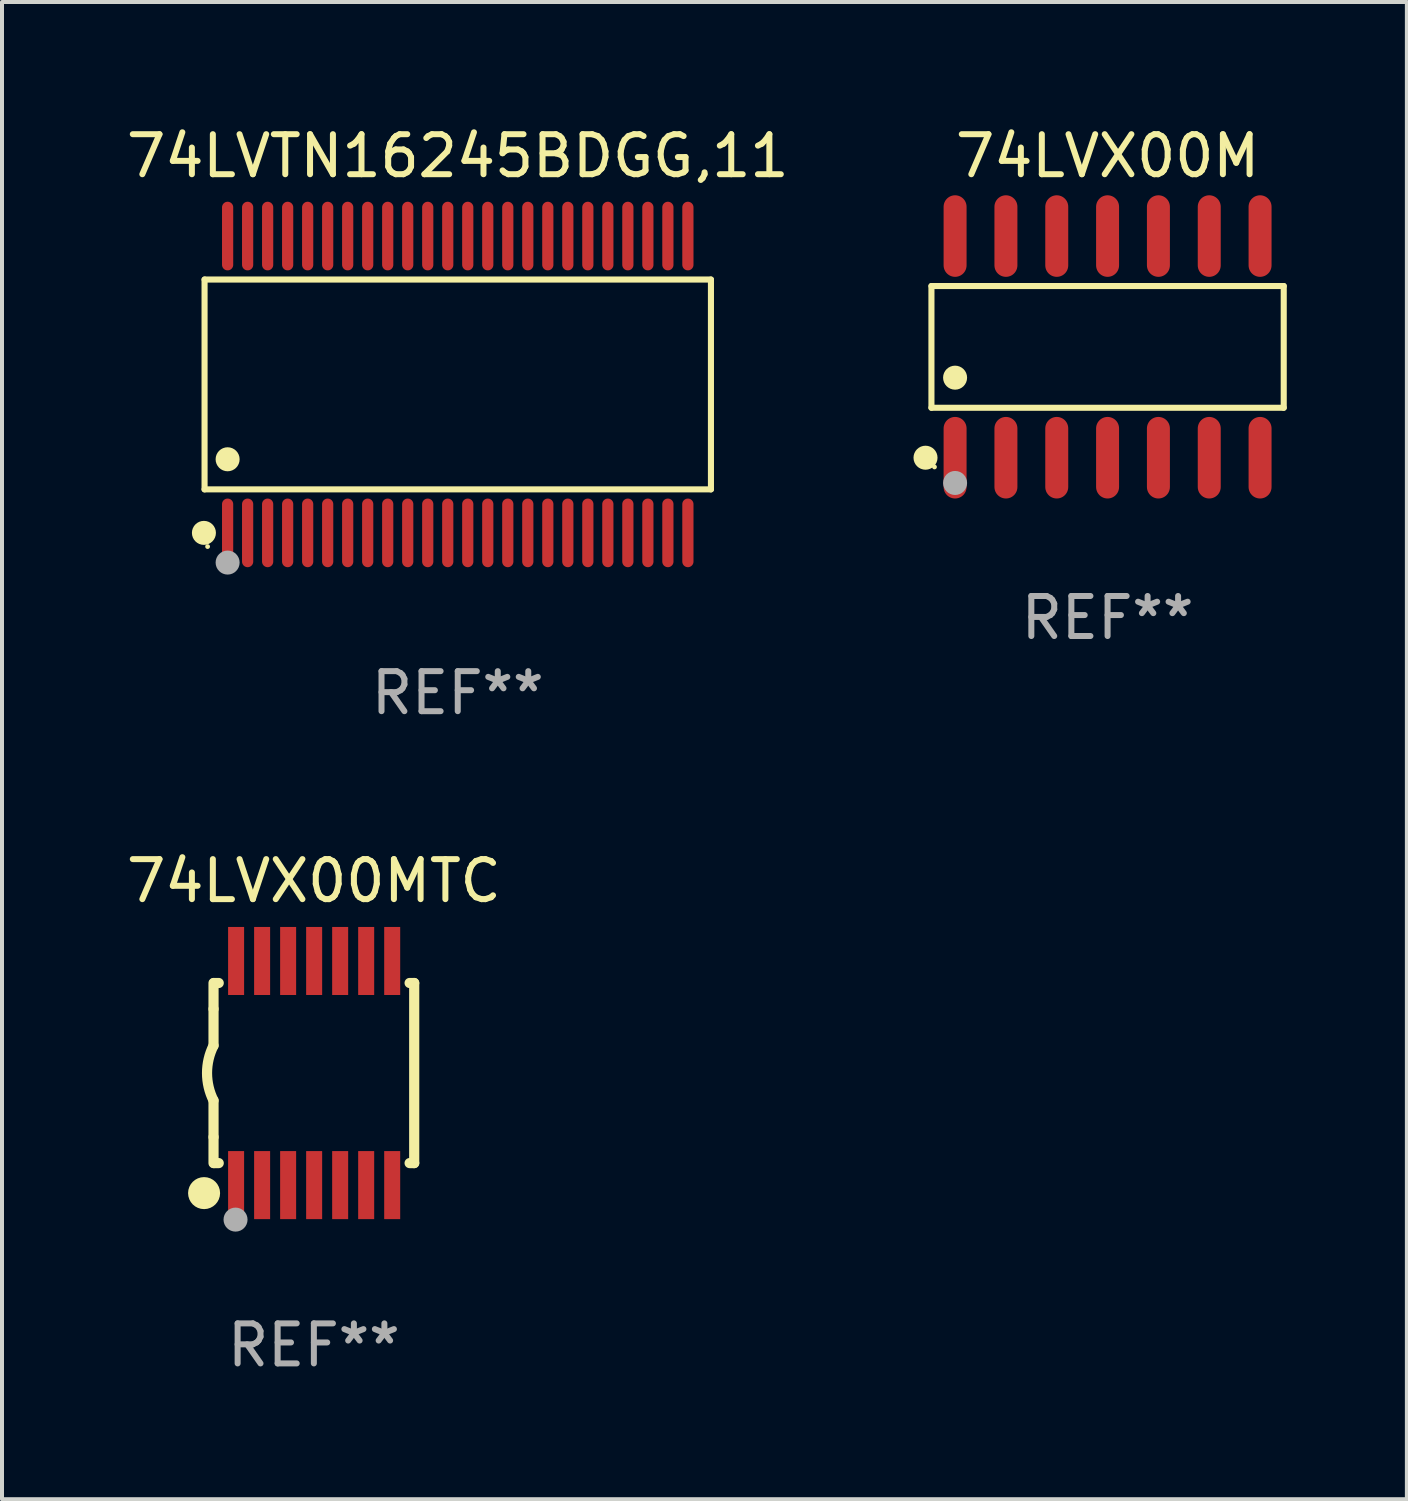
<source format=kicad_pcb>
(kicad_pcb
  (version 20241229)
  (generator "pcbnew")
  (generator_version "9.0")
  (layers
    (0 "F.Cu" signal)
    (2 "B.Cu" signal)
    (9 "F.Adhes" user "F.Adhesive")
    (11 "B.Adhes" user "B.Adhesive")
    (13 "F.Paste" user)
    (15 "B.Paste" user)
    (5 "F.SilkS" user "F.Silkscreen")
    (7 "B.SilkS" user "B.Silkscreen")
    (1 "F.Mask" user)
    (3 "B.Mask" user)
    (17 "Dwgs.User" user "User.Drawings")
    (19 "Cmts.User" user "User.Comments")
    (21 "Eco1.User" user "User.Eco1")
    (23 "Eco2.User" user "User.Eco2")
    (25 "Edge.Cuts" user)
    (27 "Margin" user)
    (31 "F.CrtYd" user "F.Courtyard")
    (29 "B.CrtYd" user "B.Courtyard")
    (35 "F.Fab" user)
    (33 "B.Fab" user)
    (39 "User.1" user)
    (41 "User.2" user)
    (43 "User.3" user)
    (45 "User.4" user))
  (footprint "74LVTN16245BDGG,11"
    (layer "F.Cu")
    (at 8.387 6.556)
    (property "Reference" "74LVTN16245BDGG,11" (at 0 -5.708 0) (layer "F.SilkS") (effects (font (size 1 1) (thickness 0.15))))
    (attr through_hole)
    (fp_line (start -6.326 -2.622) (end 6.326 -2.622) (stroke (width 0.152) (type solid)) (layer "F.SilkS"))
    (fp_line (start -6.326 2.621) (end -6.326 -2.622) (stroke (width 0.152) (type solid)) (layer "F.SilkS"))
    (fp_line (start 6.326 -2.622) (end 6.326 2.621) (stroke (width 0.152) (type solid)) (layer "F.SilkS"))
    (fp_line (start 6.326 2.621) (end -6.326 2.621) (stroke (width 0.152) (type solid)) (layer "F.SilkS"))
    (fp_circle (center -6.342 3.708) (end -6.192 3.708) (stroke (width 0.3) (type solid)) (fill no) (layer "F.SilkS"))
    (fp_circle (center -6.25 4.05) (end -6.22 4.05) (stroke (width 0.06) (type solid)) (fill no) (layer "F.SilkS"))
    (fp_circle (center -5.75 1.869) (end -5.6 1.869) (stroke (width 0.3) (type solid)) (fill no) (layer "F.SilkS"))
    (fp_circle (center -5.75 4.45) (end -5.6 4.45) (stroke (width 0.3) (type solid)) (fill no) (layer "F.Fab"))
    (fp_text user "REF**" (at 0 7.708 0) (layer "F.Fab") (effects (font (size 1 1) (thickness 0.15))))
    (pad "1" smd oval (at -5.75 3.708) (size 0.28 1.715) (layers "F.Cu" "F.Mask" "F.Paste"))
    (pad "2" smd oval (at -5.25 3.708) (size 0.28 1.715) (layers "F.Cu" "F.Mask" "F.Paste"))
    (pad "3" smd oval (at -4.75 3.708) (size 0.28 1.715) (layers "F.Cu" "F.Mask" "F.Paste"))
    (pad "4" smd oval (at -4.25 3.708) (size 0.28 1.715) (layers "F.Cu" "F.Mask" "F.Paste"))
    (pad "5" smd oval (at -3.75 3.708) (size 0.28 1.715) (layers "F.Cu" "F.Mask" "F.Paste"))
    (pad "6" smd oval (at -3.25 3.708) (size 0.28 1.715) (layers "F.Cu" "F.Mask" "F.Paste"))
    (pad "7" smd oval (at -2.75 3.708) (size 0.28 1.715) (layers "F.Cu" "F.Mask" "F.Paste"))
    (pad "8" smd oval (at -2.25 3.708) (size 0.28 1.715) (layers "F.Cu" "F.Mask" "F.Paste"))
    (pad "9" smd oval (at -1.75 3.708) (size 0.28 1.715) (layers "F.Cu" "F.Mask" "F.Paste"))
    (pad "10" smd oval (at -1.25 3.708) (size 0.28 1.715) (layers "F.Cu" "F.Mask" "F.Paste"))
    (pad "11" smd oval (at -0.75 3.708) (size 0.28 1.715) (layers "F.Cu" "F.Mask" "F.Paste"))
    (pad "12" smd oval (at -0.25 3.708) (size 0.28 1.715) (layers "F.Cu" "F.Mask" "F.Paste"))
    (pad "13" smd oval (at 0.25 3.708) (size 0.28 1.715) (layers "F.Cu" "F.Mask" "F.Paste"))
    (pad "14" smd oval (at 0.75 3.708) (size 0.28 1.715) (layers "F.Cu" "F.Mask" "F.Paste"))
    (pad "15" smd oval (at 1.25 3.708) (size 0.28 1.715) (layers "F.Cu" "F.Mask" "F.Paste"))
    (pad "16" smd oval (at 1.75 3.708) (size 0.28 1.715) (layers "F.Cu" "F.Mask" "F.Paste"))
    (pad "17" smd oval (at 2.25 3.708) (size 0.28 1.715) (layers "F.Cu" "F.Mask" "F.Paste"))
    (pad "18" smd oval (at 2.75 3.708) (size 0.28 1.715) (layers "F.Cu" "F.Mask" "F.Paste"))
    (pad "19" smd oval (at 3.25 3.708) (size 0.28 1.715) (layers "F.Cu" "F.Mask" "F.Paste"))
    (pad "20" smd oval (at 3.75 3.708) (size 0.28 1.715) (layers "F.Cu" "F.Mask" "F.Paste"))
    (pad "21" smd oval (at 4.25 3.708) (size 0.28 1.715) (layers "F.Cu" "F.Mask" "F.Paste"))
    (pad "22" smd oval (at 4.75 3.708) (size 0.28 1.715) (layers "F.Cu" "F.Mask" "F.Paste"))
    (pad "23" smd oval (at 5.25 3.708) (size 0.28 1.715) (layers "F.Cu" "F.Mask" "F.Paste"))
    (pad "24" smd oval (at 5.75 3.708) (size 0.28 1.715) (layers "F.Cu" "F.Mask" "F.Paste"))
    (pad "25" smd oval (at 5.75 -3.708) (size 0.28 1.715) (layers "F.Cu" "F.Mask" "F.Paste"))
    (pad "26" smd oval (at 5.25 -3.708) (size 0.28 1.715) (layers "F.Cu" "F.Mask" "F.Paste"))
    (pad "27" smd oval (at 4.75 -3.708) (size 0.28 1.715) (layers "F.Cu" "F.Mask" "F.Paste"))
    (pad "28" smd oval (at 4.25 -3.708) (size 0.28 1.715) (layers "F.Cu" "F.Mask" "F.Paste"))
    (pad "29" smd oval (at 3.75 -3.708) (size 0.28 1.715) (layers "F.Cu" "F.Mask" "F.Paste"))
    (pad "30" smd oval (at 3.25 -3.708) (size 0.28 1.715) (layers "F.Cu" "F.Mask" "F.Paste"))
    (pad "31" smd oval (at 2.75 -3.708) (size 0.28 1.715) (layers "F.Cu" "F.Mask" "F.Paste"))
    (pad "32" smd oval (at 2.25 -3.708) (size 0.28 1.715) (layers "F.Cu" "F.Mask" "F.Paste"))
    (pad "33" smd oval (at 1.75 -3.708) (size 0.28 1.715) (layers "F.Cu" "F.Mask" "F.Paste"))
    (pad "34" smd oval (at 1.25 -3.708) (size 0.28 1.715) (layers "F.Cu" "F.Mask" "F.Paste"))
    (pad "35" smd oval (at 0.75 -3.708) (size 0.28 1.715) (layers "F.Cu" "F.Mask" "F.Paste"))
    (pad "36" smd oval (at 0.25 -3.708) (size 0.28 1.715) (layers "F.Cu" "F.Mask" "F.Paste"))
    (pad "37" smd oval (at -0.25 -3.708) (size 0.28 1.715) (layers "F.Cu" "F.Mask" "F.Paste"))
    (pad "38" smd oval (at -0.75 -3.708) (size 0.28 1.715) (layers "F.Cu" "F.Mask" "F.Paste"))
    (pad "39" smd oval (at -1.25 -3.708) (size 0.28 1.715) (layers "F.Cu" "F.Mask" "F.Paste"))
    (pad "40" smd oval (at -1.75 -3.708) (size 0.28 1.715) (layers "F.Cu" "F.Mask" "F.Paste"))
    (pad "41" smd oval (at -2.25 -3.708) (size 0.28 1.715) (layers "F.Cu" "F.Mask" "F.Paste"))
    (pad "42" smd oval (at -2.75 -3.708) (size 0.28 1.715) (layers "F.Cu" "F.Mask" "F.Paste"))
    (pad "43" smd oval (at -3.25 -3.708) (size 0.28 1.715) (layers "F.Cu" "F.Mask" "F.Paste"))
    (pad "44" smd oval (at -3.75 -3.708) (size 0.28 1.715) (layers "F.Cu" "F.Mask" "F.Paste"))
    (pad "45" smd oval (at -4.25 -3.708) (size 0.28 1.715) (layers "F.Cu" "F.Mask" "F.Paste"))
    (pad "46" smd oval (at -4.75 -3.708) (size 0.28 1.715) (layers "F.Cu" "F.Mask" "F.Paste"))
    (pad "47" smd oval (at -5.25 -3.708) (size 0.28 1.715) (layers "F.Cu" "F.Mask" "F.Paste"))
    (pad "48" smd oval (at -5.75 -3.708) (size 0.28 1.715) (layers "F.Cu" "F.Mask" "F.Paste")))
  (footprint "74LVX00M"
    (layer "F.Cu")
    (at 24.623 5.617)
    (property "Reference" "74LVX00M" (at 0 -4.769 0) (layer "F.SilkS") (effects (font (size 1 1) (thickness 0.15))))
    (attr through_hole)
    (fp_line (start -4.401 -1.521) (end 4.401 -1.521) (stroke (width 0.152) (type solid)) (layer "F.SilkS"))
    (fp_line (start -4.401 1.521) (end -4.401 -1.521) (stroke (width 0.152) (type solid)) (layer "F.SilkS"))
    (fp_line (start 4.401 -1.521) (end 4.401 1.521) (stroke (width 0.152) (type solid)) (layer "F.SilkS"))
    (fp_line (start 4.401 1.521) (end -4.401 1.521) (stroke (width 0.152) (type solid)) (layer "F.SilkS"))
    (fp_circle (center -4.549 2.769) (end -4.399 2.769) (stroke (width 0.3) (type solid)) (fill no) (layer "F.SilkS"))
    (fp_circle (center -4.325 3) (end -4.295 3) (stroke (width 0.06) (type solid)) (fill no) (layer "F.SilkS"))
    (fp_circle (center -3.81 0.769) (end -3.66 0.769) (stroke (width 0.3) (type solid)) (fill no) (layer "F.SilkS"))
    (fp_circle (center -3.81 3.4) (end -3.66 3.4) (stroke (width 0.3) (type solid)) (fill no) (layer "F.Fab"))
    (fp_text user "REF**" (at 0 6.769 0) (layer "F.Fab") (effects (font (size 1 1) (thickness 0.15))))
    (pad "1" smd oval (at -3.81 2.769) (size 0.574 2.038) (layers "F.Cu" "F.Mask" "F.Paste"))
    (pad "2" smd oval (at -2.54 2.769) (size 0.574 2.038) (layers "F.Cu" "F.Mask" "F.Paste"))
    (pad "3" smd oval (at -1.27 2.769) (size 0.574 2.038) (layers "F.Cu" "F.Mask" "F.Paste"))
    (pad "4" smd oval (at 0 2.769) (size 0.574 2.038) (layers "F.Cu" "F.Mask" "F.Paste"))
    (pad "5" smd oval (at 1.27 2.769) (size 0.574 2.038) (layers "F.Cu" "F.Mask" "F.Paste"))
    (pad "6" smd oval (at 2.54 2.769) (size 0.574 2.038) (layers "F.Cu" "F.Mask" "F.Paste"))
    (pad "7" smd oval (at 3.81 2.769) (size 0.574 2.038) (layers "F.Cu" "F.Mask" "F.Paste"))
    (pad "8" smd oval (at 3.81 -2.769) (size 0.574 2.038) (layers "F.Cu" "F.Mask" "F.Paste"))
    (pad "9" smd oval (at 2.54 -2.769) (size 0.574 2.038) (layers "F.Cu" "F.Mask" "F.Paste"))
    (pad "10" smd oval (at 1.27 -2.769) (size 0.574 2.038) (layers "F.Cu" "F.Mask" "F.Paste"))
    (pad "11" smd oval (at 0 -2.769) (size 0.574 2.038) (layers "F.Cu" "F.Mask" "F.Paste"))
    (pad "12" smd oval (at -1.27 -2.769) (size 0.574 2.038) (layers "F.Cu" "F.Mask" "F.Paste"))
    (pad "13" smd oval (at -2.54 -2.769) (size 0.574 2.038) (layers "F.Cu" "F.Mask" "F.Paste"))
    (pad "14" smd oval (at -3.81 -2.769) (size 0.574 2.038) (layers "F.Cu" "F.Mask" "F.Paste")))
  (footprint "74LVX00MTC"
    (layer "F.Cu")
    (at 4.792 23.76)
    (property "Reference" "74LVX00MTC" (at 0 -4.8 0) (layer "F.SilkS") (effects (font (size 1 1) (thickness 0.15))))
    (attr through_hole)
    (fp_line (start -2.507 -1.6) (end -2.507 -2.25) (stroke (width 0.254) (type solid)) (layer "F.SilkS"))
    (fp_line (start -2.507 -0.686) (end -2.507 -1.6) (stroke (width 0.254) (type solid)) (layer "F.SilkS"))
    (fp_line (start -2.507 1.6) (end -2.507 0.686) (stroke (width 0.254) (type solid)) (layer "F.SilkS"))
    (fp_line (start -2.507 1.6) (end -2.507 2.25) (stroke (width 0.254) (type solid)) (layer "F.SilkS"))
    (fp_line (start -2.493 -2.25) (end -2.377 -2.25) (stroke (width 0.254) (type solid)) (layer "F.SilkS"))
    (fp_line (start -2.377 2.25) (end -2.493 2.25) (stroke (width 0.254) (type solid)) (layer "F.SilkS"))
    (fp_line (start 2.392 -2.25) (end 2.507 -2.25) (stroke (width 0.254) (type solid)) (layer "F.SilkS"))
    (fp_line (start 2.507 -2.25) (end 2.507 2.25) (stroke (width 0.254) (type solid)) (layer "F.SilkS"))
    (fp_line (start 2.507 2.25) (end 2.392 2.25) (stroke (width 0.254) (type solid)) (layer "F.SilkS"))
    (fp_arc (start -2.507303 0.685802) (mid -2.669199 0) (end -2.507303 -0.685801) (stroke (width 0.254001) (type solid)) (layer "F.SilkS"))
    (fp_circle (center -2.743 3) (end -2.543 3) (stroke (width 0.4) (type solid)) (fill no) (layer "F.SilkS"))
    (fp_circle (center -2.493 3.2) (end -2.463 3.2) (stroke (width 0.06) (type solid)) (fill no) (layer "F.SilkS"))
    (fp_circle (center -1.957 3.662) (end -1.807 3.662) (stroke (width 0.3) (type solid)) (fill no) (layer "F.Fab"))
    (fp_text user "REF**" (at 0 6.8 0) (layer "F.Fab") (effects (font (size 1 1) (thickness 0.15))))
    (pad "1" smd rect (at -1.943 2.8) (size 0.4 1.7) (layers "F.Cu" "F.Mask" "F.Paste"))
    (pad "2" smd rect (at -1.293 2.8) (size 0.4 1.7) (layers "F.Cu" "F.Mask" "F.Paste"))
    (pad "3" smd rect (at -0.643 2.8) (size 0.4 1.7) (layers "F.Cu" "F.Mask" "F.Paste"))
    (pad "4" smd rect (at 0.007 2.8) (size 0.4 1.7) (layers "F.Cu" "F.Mask" "F.Paste"))
    (pad "5" smd rect (at 0.657 2.8) (size 0.4 1.7) (layers "F.Cu" "F.Mask" "F.Paste"))
    (pad "6" smd rect (at 1.307 2.8) (size 0.4 1.7) (layers "F.Cu" "F.Mask" "F.Paste"))
    (pad "7" smd rect (at 1.957 2.8) (size 0.4 1.7) (layers "F.Cu" "F.Mask" "F.Paste"))
    (pad "8" smd rect (at 1.957 -2.8) (size 0.4 1.7) (layers "F.Cu" "F.Mask" "F.Paste"))
    (pad "9" smd rect (at 1.307 -2.8) (size 0.4 1.7) (layers "F.Cu" "F.Mask" "F.Paste"))
    (pad "10" smd rect (at 0.657 -2.8) (size 0.4 1.7) (layers "F.Cu" "F.Mask" "F.Paste"))
    (pad "11" smd rect (at 0.007 -2.8) (size 0.4 1.7) (layers "F.Cu" "F.Mask" "F.Paste"))
    (pad "12" smd rect (at -0.643 -2.8) (size 0.4 1.7) (layers "F.Cu" "F.Mask" "F.Paste"))
    (pad "13" smd rect (at -1.293 -2.8) (size 0.4 1.7) (layers "F.Cu" "F.Mask" "F.Paste"))
    (pad "14" smd rect (at -1.943 -2.8) (size 0.4 1.7) (layers "F.Cu" "F.Mask" "F.Paste")))
  (gr_rect
    (start -3 -3)
    (end 32.101 34.408)
    (stroke (width 0.1) (type default))
    (fill no)
    (layer "Edge.Cuts")))
</source>
